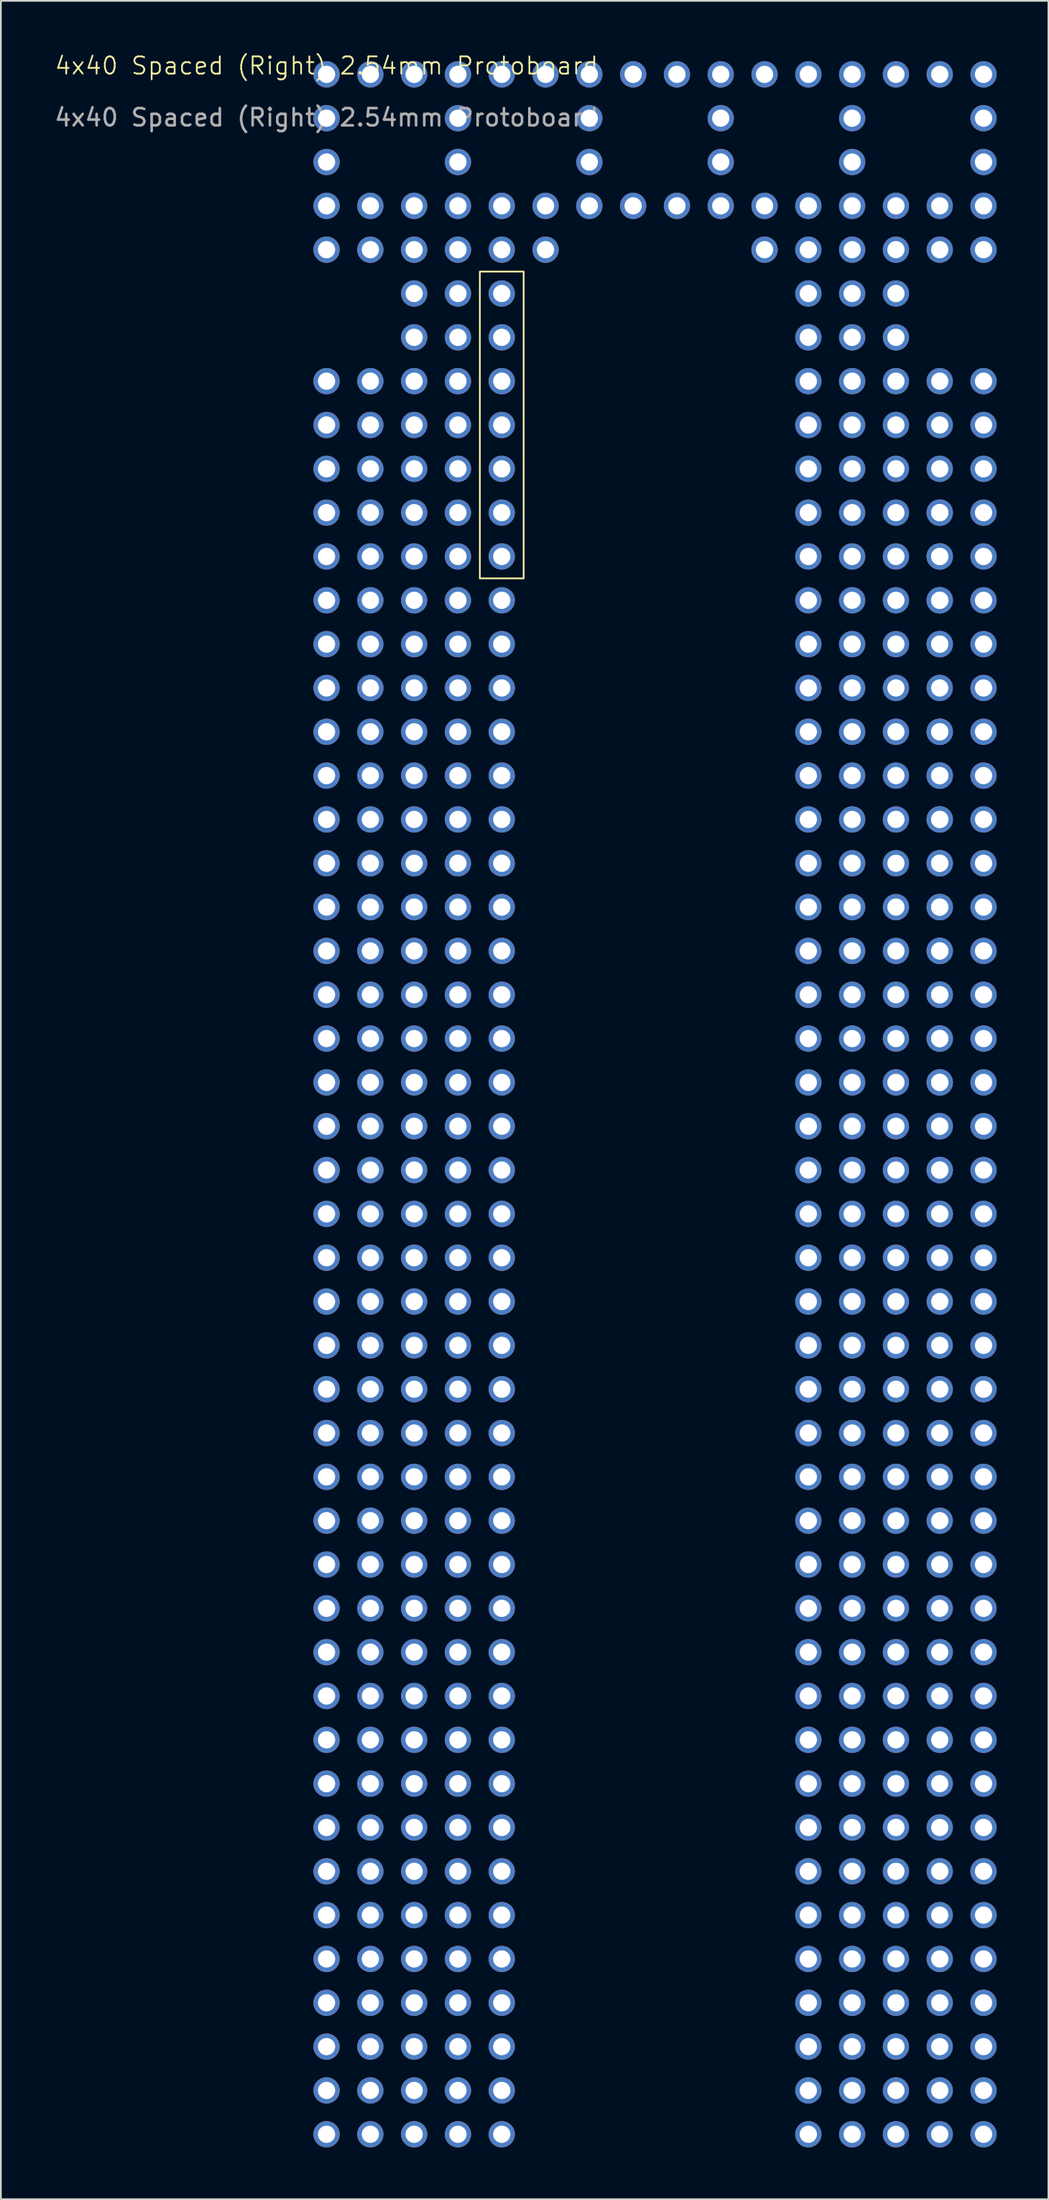
<source format=kicad_pcb>
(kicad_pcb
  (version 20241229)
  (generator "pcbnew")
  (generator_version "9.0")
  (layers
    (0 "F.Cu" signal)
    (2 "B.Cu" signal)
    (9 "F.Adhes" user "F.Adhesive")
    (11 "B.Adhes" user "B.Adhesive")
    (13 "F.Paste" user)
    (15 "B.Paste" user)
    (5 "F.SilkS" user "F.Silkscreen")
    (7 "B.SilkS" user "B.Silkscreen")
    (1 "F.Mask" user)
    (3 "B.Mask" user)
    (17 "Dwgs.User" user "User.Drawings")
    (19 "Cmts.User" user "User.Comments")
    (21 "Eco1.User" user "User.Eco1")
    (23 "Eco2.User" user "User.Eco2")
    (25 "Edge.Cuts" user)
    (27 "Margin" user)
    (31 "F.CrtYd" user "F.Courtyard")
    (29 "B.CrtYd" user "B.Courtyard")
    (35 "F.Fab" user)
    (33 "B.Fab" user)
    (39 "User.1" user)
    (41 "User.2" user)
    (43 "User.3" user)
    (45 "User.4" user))
  (footprint "4x40 Spaced (Right) 2.54mm Protoboard"
    (layer "F.Cu")
    (at 15.887 1.26)
    (property "Reference" "4x40 Spaced (Right) 2.54mm Protoboard" (at 0 -0.5 0) (unlocked yes) (layer "F.SilkS") (effects (font (size 1 1) (thickness 0.1))))
    (attr through_hole)
    (fp_rect (start 8.89 11.43) (end 11.43 29.21) (stroke (width 0.1) (type default)) (fill no) (layer "F.SilkS"))
    (fp_text user "${REFERENCE}" (at 0 2.5 0) (unlocked yes) (layer "F.Fab") (effects (font (size 1 1) (thickness 0.15))))
    (pad "1" thru_hole circle (at 0 0) (size 1.525 1.525) (drill 1) (layers "*.Cu" "*.Mask"))
    (pad "1" thru_hole circle (at 5.08 0) (size 1.525 1.525) (drill 1) (layers "*.Cu" "*.Mask"))
    (pad "1" thru_hole circle (at 5.08 10.16) (size 1.525 1.525) (drill 1) (layers "*.Cu" "*.Mask"))
    (pad "1" thru_hole circle (at 7.62 10.16) (size 1.525 1.525) (drill 1) (layers "*.Cu" "*.Mask"))
    (pad "1" thru_hole circle (at 7.62 109.22) (size 1.525 1.525) (drill 1) (layers "*.Cu" "*.Mask"))
    (pad "1" thru_hole circle (at 10.16 0) (size 1.525 1.525) (drill 1) (layers "*.Cu" "*.Mask"))
    (pad "1" thru_hole circle (at 10.16 7.62) (size 1.525 1.525) (drill 1) (layers "*.Cu" "*.Mask"))
    (pad "1" thru_hole circle (at 12.7 7.62) (size 1.525 1.525) (drill 1) (layers "*.Cu" "*.Mask"))
    (pad "1" thru_hole circle (at 17.78 7.62) (size 1.525 1.525) (drill 1) (layers "*.Cu" "*.Mask"))
    (pad "1" thru_hole circle (at 27.94 7.62) (size 1.525 1.525) (drill 1) (layers "*.Cu" "*.Mask"))
    (pad "1" thru_hole circle (at 27.94 106.68) (size 1.525 1.525) (drill 1) (layers "*.Cu" "*.Mask"))
    (pad "1" thru_hole circle (at 35.56 10.16) (size 1.525 1.525) (drill 1) (layers "*.Cu" "*.Mask"))
    (pad "1" thru_hole circle (at 38.1 0) (size 1.525 1.525) (drill 1) (layers "*.Cu" "*.Mask"))
    (pad "2" thru_hole circle (at 2.54 0) (size 1.525 1.525) (drill 1) (layers "*.Cu" "*.Mask"))
    (pad "2" thru_hole circle (at 7.62 0) (size 1.525 1.525) (drill 1) (layers "*.Cu" "*.Mask"))
    (pad "2" thru_hole circle (at 7.62 12.7) (size 1.525 1.525) (drill 1) (layers "*.Cu" "*.Mask"))
    (pad "2" thru_hole circle (at 7.62 111.76) (size 1.525 1.525) (drill 1) (layers "*.Cu" "*.Mask"))
    (pad "2" thru_hole circle (at 12.7 0) (size 1.525 1.525) (drill 1) (layers "*.Cu" "*.Mask"))
    (pad "2" thru_hole circle (at 15.24 2.54) (size 1.525 1.525) (drill 1) (layers "*.Cu" "*.Mask"))
    (pad "2" thru_hole circle (at 15.24 7.62) (size 1.525 1.525) (drill 1) (layers "*.Cu" "*.Mask"))
    (pad "2" thru_hole circle (at 20.32 7.62) (size 1.525 1.525) (drill 1) (layers "*.Cu" "*.Mask"))
    (pad "2" thru_hole circle (at 38.1 10.16) (size 1.525 1.525) (drill 1) (layers "*.Cu" "*.Mask"))
    (pad "3" thru_hole circle (at 7.62 15.24) (size 1.525 1.525) (drill 1) (layers "*.Cu" "*.Mask"))
    (pad "3" thru_hole circle (at 7.62 114.3) (size 1.525 1.525) (drill 1) (layers "*.Cu" "*.Mask"))
    (pad "3" thru_hole circle (at 15.24 0) (size 1.525 1.525) (drill 1) (layers "*.Cu" "*.Mask"))
    (pad "3" thru_hole circle (at 15.24 5.08) (size 1.525 1.525) (drill 1) (layers "*.Cu" "*.Mask"))
    (pad "3" thru_hole circle (at 22.86 7.62) (size 1.525 1.525) (drill 1) (layers "*.Cu" "*.Mask"))
    (pad "4" thru_hole circle (at 0 2.54) (size 1.525 1.525) (drill 1) (layers "*.Cu" "*.Mask"))
    (pad "4" thru_hole circle (at 7.62 2.54) (size 1.525 1.525) (drill 1) (layers "*.Cu" "*.Mask"))
    (pad "4" thru_hole circle (at 7.62 17.78) (size 1.525 1.525) (drill 1) (layers "*.Cu" "*.Mask"))
    (pad "4" thru_hole circle (at 7.62 116.84) (size 1.525 1.525) (drill 1) (layers "*.Cu" "*.Mask"))
    (pad "4" thru_hole circle (at 17.78 0) (size 1.525 1.525) (drill 1) (layers "*.Cu" "*.Mask"))
    (pad "4" thru_hole circle (at 25.4 7.62) (size 1.525 1.525) (drill 1) (layers "*.Cu" "*.Mask"))
    (pad "5" thru_hole circle (at 7.62 20.32) (size 1.525 1.525) (drill 1) (layers "*.Cu" "*.Mask"))
    (pad "5" thru_hole circle (at 7.62 119.38) (size 1.525 1.525) (drill 1) (layers "*.Cu" "*.Mask"))
    (pad "5" thru_hole circle (at 20.32 0) (size 1.525 1.525) (drill 1) (layers "*.Cu" "*.Mask"))
    (pad "5" thru_hole circle (at 27.94 10.16) (size 1.525 1.525) (drill 1) (layers "*.Cu" "*.Mask"))
    (pad "6" thru_hole circle (at 7.62 5.08) (size 1.525 1.525) (drill 1) (layers "*.Cu" "*.Mask"))
    (pad "6" thru_hole circle (at 7.62 22.86) (size 1.525 1.525) (drill 1) (layers "*.Cu" "*.Mask"))
    (pad "6" thru_hole circle (at 10.16 12.7) (size 1.525 1.525) (drill 1) (layers "*.Cu" "*.Mask"))
    (pad "6" thru_hole circle (at 22.86 0) (size 1.525 1.525) (drill 1) (layers "*.Cu" "*.Mask"))
    (pad "6" thru_hole circle (at 27.94 109.22) (size 1.525 1.525) (drill 1) (layers "*.Cu" "*.Mask"))
    (pad "6" thru_hole circle (at 30.48 7.62) (size 1.525 1.525) (drill 1) (layers "*.Cu" "*.Mask"))
    (pad "6" thru_hole circle (at 30.48 10.16) (size 1.525 1.525) (drill 1) (layers "*.Cu" "*.Mask"))
    (pad "7" thru_hole circle (at 0 5.08) (size 1.525 1.525) (drill 1) (layers "*.Cu" "*.Mask"))
    (pad "7" thru_hole circle (at 5.08 7.62) (size 1.525 1.525) (drill 1) (layers "*.Cu" "*.Mask"))
    (pad "7" thru_hole circle (at 7.62 25.4) (size 1.525 1.525) (drill 1) (layers "*.Cu" "*.Mask"))
    (pad "7" thru_hole circle (at 10.16 15.24) (size 1.525 1.525) (drill 1) (layers "*.Cu" "*.Mask"))
    (pad "7" thru_hole circle (at 25.4 0) (size 1.525 1.525) (drill 1) (layers "*.Cu" "*.Mask"))
    (pad "7" thru_hole circle (at 30.48 109.22) (size 1.525 1.525) (drill 1) (layers "*.Cu" "*.Mask"))
    (pad "7" thru_hole circle (at 33.02 7.62) (size 1.525 1.525) (drill 1) (layers "*.Cu" "*.Mask"))
    (pad "7" thru_hole circle (at 33.02 10.16) (size 1.525 1.525) (drill 1) (layers "*.Cu" "*.Mask"))
    (pad "8" thru_hole circle (at 7.62 7.62) (size 1.525 1.525) (drill 1) (layers "*.Cu" "*.Mask"))
    (pad "8" thru_hole circle (at 7.62 27.94) (size 1.525 1.525) (drill 1) (layers "*.Cu" "*.Mask"))
    (pad "8" thru_hole circle (at 10.16 17.78) (size 1.525 1.525) (drill 1) (layers "*.Cu" "*.Mask"))
    (pad "8" thru_hole circle (at 27.94 0) (size 1.525 1.525) (drill 1) (layers "*.Cu" "*.Mask"))
    (pad "8" thru_hole circle (at 33.02 109.22) (size 1.525 1.525) (drill 1) (layers "*.Cu" "*.Mask"))
    (pad "8" thru_hole circle (at 35.56 7.62) (size 1.525 1.525) (drill 1) (layers "*.Cu" "*.Mask"))
    (pad "8" thru_hole circle (at 38.1 17.78) (size 1.525 1.525) (drill 1) (layers "*.Cu" "*.Mask"))
    (pad "9" thru_hole circle (at 7.62 30.48) (size 1.525 1.525) (drill 1) (layers "*.Cu" "*.Mask"))
    (pad "9" thru_hole circle (at 10.16 20.32) (size 1.525 1.525) (drill 1) (layers "*.Cu" "*.Mask"))
    (pad "9" thru_hole circle (at 27.94 12.7) (size 1.525 1.525) (drill 1) (layers "*.Cu" "*.Mask"))
    (pad "9" thru_hole circle (at 30.48 0) (size 1.525 1.525) (drill 1) (layers "*.Cu" "*.Mask"))
    (pad "9" thru_hole circle (at 35.56 109.22) (size 1.525 1.525) (drill 1) (layers "*.Cu" "*.Mask"))
    (pad "9" thru_hole circle (at 38.1 7.62) (size 1.525 1.525) (drill 1) (layers "*.Cu" "*.Mask"))
    (pad "10" thru_hole circle (at 0 7.62) (size 1.525 1.525) (drill 1) (layers "*.Cu" "*.Mask"))
    (pad "10" thru_hole circle (at 7.62 33.02) (size 1.525 1.525) (drill 1) (layers "*.Cu" "*.Mask"))
    (pad "10" thru_hole circle (at 10.16 22.86) (size 1.525 1.525) (drill 1) (layers "*.Cu" "*.Mask"))
    (pad "10" thru_hole circle (at 30.48 12.7) (size 1.525 1.525) (drill 1) (layers "*.Cu" "*.Mask"))
    (pad "10" thru_hole circle (at 33.02 0) (size 1.525 1.525) (drill 1) (layers "*.Cu" "*.Mask"))
    (pad "10" thru_hole circle (at 38.1 20.32) (size 1.525 1.525) (drill 1) (layers "*.Cu" "*.Mask"))
    (pad "10" thru_hole circle (at 38.1 109.22) (size 1.525 1.525) (drill 1) (layers "*.Cu" "*.Mask"))
    (pad "11" thru_hole circle (at 2.54 7.62) (size 1.525 1.525) (drill 1) (layers "*.Cu" "*.Mask"))
    (pad "11" thru_hole circle (at 7.62 35.56) (size 1.525 1.525) (drill 1) (layers "*.Cu" "*.Mask"))
    (pad "11" thru_hole circle (at 10.16 25.4) (size 1.525 1.525) (drill 1) (layers "*.Cu" "*.Mask"))
    (pad "11" thru_hole circle (at 27.94 111.76) (size 1.525 1.525) (drill 1) (layers "*.Cu" "*.Mask"))
    (pad "11" thru_hole circle (at 33.02 12.7) (size 1.525 1.525) (drill 1) (layers "*.Cu" "*.Mask"))
    (pad "11" thru_hole circle (at 35.56 0) (size 1.525 1.525) (drill 1) (layers "*.Cu" "*.Mask"))
    (pad "12" thru_hole circle (at 7.62 38.1) (size 1.525 1.525) (drill 1) (layers "*.Cu" "*.Mask"))
    (pad "12" thru_hole circle (at 10.16 27.94) (size 1.525 1.525) (drill 1) (layers "*.Cu" "*.Mask"))
    (pad "12" thru_hole circle (at 30.48 111.76) (size 1.525 1.525) (drill 1) (layers "*.Cu" "*.Mask"))
    (pad "12" thru_hole circle (at 38.1 22.86) (size 1.525 1.525) (drill 1) (layers "*.Cu" "*.Mask"))
    (pad "13" thru_hole circle (at 0 10.16) (size 1.525 1.525) (drill 1) (layers "*.Cu" "*.Mask"))
    (pad "13" thru_hole circle (at 7.62 40.64) (size 1.525 1.525) (drill 1) (layers "*.Cu" "*.Mask"))
    (pad "13" thru_hole circle (at 10.16 30.48) (size 1.525 1.525) (drill 1) (layers "*.Cu" "*.Mask"))
    (pad "13" thru_hole circle (at 27.94 15.24) (size 1.525 1.525) (drill 1) (layers "*.Cu" "*.Mask"))
    (pad "13" thru_hole circle (at 33.02 111.76) (size 1.525 1.525) (drill 1) (layers "*.Cu" "*.Mask"))
    (pad "13" thru_hole circle (at 35.56 25.4) (size 1.525 1.525) (drill 1) (layers "*.Cu" "*.Mask"))
    (pad "14" thru_hole circle (at 2.54 10.16) (size 1.525 1.525) (drill 1) (layers "*.Cu" "*.Mask"))
    (pad "14" thru_hole circle (at 7.62 43.18) (size 1.525 1.525) (drill 1) (layers "*.Cu" "*.Mask"))
    (pad "14" thru_hole circle (at 10.16 33.02) (size 1.525 1.525) (drill 1) (layers "*.Cu" "*.Mask"))
    (pad "14" thru_hole circle (at 30.48 15.24) (size 1.525 1.525) (drill 1) (layers "*.Cu" "*.Mask"))
    (pad "14" thru_hole circle (at 35.56 111.76) (size 1.525 1.525) (drill 1) (layers "*.Cu" "*.Mask"))
    (pad "14" thru_hole circle (at 38.1 25.4) (size 1.525 1.525) (drill 1) (layers "*.Cu" "*.Mask"))
    (pad "15" thru_hole circle (at 7.62 45.72) (size 1.525 1.525) (drill 1) (layers "*.Cu" "*.Mask"))
    (pad "15" thru_hole circle (at 10.16 35.56) (size 1.525 1.525) (drill 1) (layers "*.Cu" "*.Mask"))
    (pad "15" thru_hole circle (at 33.02 15.24) (size 1.525 1.525) (drill 1) (layers "*.Cu" "*.Mask"))
    (pad "15" thru_hole circle (at 35.56 27.94) (size 1.525 1.525) (drill 1) (layers "*.Cu" "*.Mask"))
    (pad "15" thru_hole circle (at 38.1 111.76) (size 1.525 1.525) (drill 1) (layers "*.Cu" "*.Mask"))
    (pad "16" thru_hole circle (at 7.62 48.26) (size 1.525 1.525) (drill 1) (layers "*.Cu" "*.Mask"))
    (pad "16" thru_hole circle (at 10.16 38.1) (size 1.525 1.525) (drill 1) (layers "*.Cu" "*.Mask"))
    (pad "16" thru_hole circle (at 22.86 2.54) (size 1.525 1.525) (drill 1) (layers "*.Cu" "*.Mask"))
    (pad "16" thru_hole circle (at 27.94 114.3) (size 1.525 1.525) (drill 1) (layers "*.Cu" "*.Mask"))
    (pad "16" thru_hole circle (at 38.1 27.94) (size 1.525 1.525) (drill 1) (layers "*.Cu" "*.Mask"))
    (pad "17" thru_hole circle (at 7.62 50.8) (size 1.525 1.525) (drill 1) (layers "*.Cu" "*.Mask"))
    (pad "17" thru_hole circle (at 10.16 40.64) (size 1.525 1.525) (drill 1) (layers "*.Cu" "*.Mask"))
    (pad "17" thru_hole circle (at 27.94 17.78) (size 1.525 1.525) (drill 1) (layers "*.Cu" "*.Mask"))
    (pad "17" thru_hole circle (at 30.48 114.3) (size 1.525 1.525) (drill 1) (layers "*.Cu" "*.Mask"))
    (pad "17" thru_hole circle (at 35.56 30.48) (size 1.525 1.525) (drill 1) (layers "*.Cu" "*.Mask"))
    (pad "18" thru_hole circle (at 5.08 12.7) (size 1.525 1.525) (drill 1) (layers "*.Cu" "*.Mask"))
    (pad "18" thru_hole circle (at 7.62 53.34) (size 1.525 1.525) (drill 1) (layers "*.Cu" "*.Mask"))
    (pad "18" thru_hole circle (at 10.16 43.18) (size 1.525 1.525) (drill 1) (layers "*.Cu" "*.Mask"))
    (pad "18" thru_hole circle (at 30.48 17.78) (size 1.525 1.525) (drill 1) (layers "*.Cu" "*.Mask"))
    (pad "18" thru_hole circle (at 33.02 114.3) (size 1.525 1.525) (drill 1) (layers "*.Cu" "*.Mask"))
    (pad "18" thru_hole circle (at 38.1 30.48) (size 1.525 1.525) (drill 1) (layers "*.Cu" "*.Mask"))
    (pad "19" thru_hole circle (at 7.62 55.88) (size 1.525 1.525) (drill 1) (layers "*.Cu" "*.Mask"))
    (pad "19" thru_hole circle (at 10.16 45.72) (size 1.525 1.525) (drill 1) (layers "*.Cu" "*.Mask"))
    (pad "19" thru_hole circle (at 30.48 2.54) (size 1.525 1.525) (drill 1) (layers "*.Cu" "*.Mask"))
    (pad "19" thru_hole circle (at 33.02 17.78) (size 1.525 1.525) (drill 1) (layers "*.Cu" "*.Mask"))
    (pad "19" thru_hole circle (at 35.56 33.02) (size 1.525 1.525) (drill 1) (layers "*.Cu" "*.Mask"))
    (pad "19" thru_hole circle (at 35.56 114.3) (size 1.525 1.525) (drill 1) (layers "*.Cu" "*.Mask"))
    (pad "20" thru_hole circle (at 7.62 58.42) (size 1.525 1.525) (drill 1) (layers "*.Cu" "*.Mask"))
    (pad "20" thru_hole circle (at 10.16 48.26) (size 1.525 1.525) (drill 1) (layers "*.Cu" "*.Mask"))
    (pad "20" thru_hole circle (at 35.56 17.78) (size 1.525 1.525) (drill 1) (layers "*.Cu" "*.Mask"))
    (pad "20" thru_hole circle (at 38.1 33.02) (size 1.525 1.525) (drill 1) (layers "*.Cu" "*.Mask"))
    (pad "20" thru_hole circle (at 38.1 114.3) (size 1.525 1.525) (drill 1) (layers "*.Cu" "*.Mask"))
    (pad "21" thru_hole circle (at 5.08 15.24) (size 1.525 1.525) (drill 1) (layers "*.Cu" "*.Mask"))
    (pad "21" thru_hole circle (at 7.62 60.96) (size 1.525 1.525) (drill 1) (layers "*.Cu" "*.Mask"))
    (pad "21" thru_hole circle (at 10.16 50.8) (size 1.525 1.525) (drill 1) (layers "*.Cu" "*.Mask"))
    (pad "21" thru_hole circle (at 27.94 20.32) (size 1.525 1.525) (drill 1) (layers "*.Cu" "*.Mask"))
    (pad "21" thru_hole circle (at 27.94 116.84) (size 1.525 1.525) (drill 1) (layers "*.Cu" "*.Mask"))
    (pad "22" thru_hole circle (at 0 17.78) (size 1.525 1.525) (drill 1) (layers "*.Cu" "*.Mask"))
    (pad "22" thru_hole circle (at 7.62 63.5) (size 1.525 1.525) (drill 1) (layers "*.Cu" "*.Mask"))
    (pad "22" thru_hole circle (at 10.16 53.34) (size 1.525 1.525) (drill 1) (layers "*.Cu" "*.Mask"))
    (pad "22" thru_hole circle (at 30.48 20.32) (size 1.525 1.525) (drill 1) (layers "*.Cu" "*.Mask"))
    (pad "22" thru_hole circle (at 30.48 116.84) (size 1.525 1.525) (drill 1) (layers "*.Cu" "*.Mask"))
    (pad "22" thru_hole circle (at 38.1 2.54) (size 1.525 1.525) (drill 1) (layers "*.Cu" "*.Mask"))
    (pad "22" thru_hole circle (at 38.1 35.56) (size 1.525 1.525) (drill 1) (layers "*.Cu" "*.Mask"))
    (pad "23" thru_hole circle (at 2.54 17.78) (size 1.525 1.525) (drill 1) (layers "*.Cu" "*.Mask"))
    (pad "23" thru_hole circle (at 7.62 66.04) (size 1.525 1.525) (drill 1) (layers "*.Cu" "*.Mask"))
    (pad "23" thru_hole circle (at 10.16 55.88) (size 1.525 1.525) (drill 1) (layers "*.Cu" "*.Mask"))
    (pad "23" thru_hole circle (at 33.02 20.32) (size 1.525 1.525) (drill 1) (layers "*.Cu" "*.Mask"))
    (pad "23" thru_hole circle (at 33.02 116.84) (size 1.525 1.525) (drill 1) (layers "*.Cu" "*.Mask"))
    (pad "23" thru_hole circle (at 35.56 38.1) (size 1.525 1.525) (drill 1) (layers "*.Cu" "*.Mask"))
    (pad "24" thru_hole circle (at 5.08 17.78) (size 1.525 1.525) (drill 1) (layers "*.Cu" "*.Mask"))
    (pad "24" thru_hole circle (at 7.62 68.58) (size 1.525 1.525) (drill 1) (layers "*.Cu" "*.Mask"))
    (pad "24" thru_hole circle (at 10.16 58.42) (size 1.525 1.525) (drill 1) (layers "*.Cu" "*.Mask"))
    (pad "24" thru_hole circle (at 35.56 20.32) (size 1.525 1.525) (drill 1) (layers "*.Cu" "*.Mask"))
    (pad "24" thru_hole circle (at 35.56 116.84) (size 1.525 1.525) (drill 1) (layers "*.Cu" "*.Mask"))
    (pad "24" thru_hole circle (at 38.1 38.1) (size 1.525 1.525) (drill 1) (layers "*.Cu" "*.Mask"))
    (pad "25" thru_hole circle (at 0 20.32) (size 1.525 1.525) (drill 1) (layers "*.Cu" "*.Mask"))
    (pad "25" thru_hole circle (at 7.62 71.12) (size 1.525 1.525) (drill 1) (layers "*.Cu" "*.Mask"))
    (pad "25" thru_hole circle (at 10.16 60.96) (size 1.525 1.525) (drill 1) (layers "*.Cu" "*.Mask"))
    (pad "25" thru_hole circle (at 27.94 22.86) (size 1.525 1.525) (drill 1) (layers "*.Cu" "*.Mask"))
    (pad "25" thru_hole circle (at 35.56 40.64) (size 1.525 1.525) (drill 1) (layers "*.Cu" "*.Mask"))
    (pad "25" thru_hole circle (at 38.1 116.84) (size 1.525 1.525) (drill 1) (layers "*.Cu" "*.Mask"))
    (pad "26" thru_hole circle (at 2.54 20.32) (size 1.525 1.525) (drill 1) (layers "*.Cu" "*.Mask"))
    (pad "26" thru_hole circle (at 7.62 73.66) (size 1.525 1.525) (drill 1) (layers "*.Cu" "*.Mask"))
    (pad "26" thru_hole circle (at 10.16 63.5) (size 1.525 1.525) (drill 1) (layers "*.Cu" "*.Mask"))
    (pad "26" thru_hole circle (at 27.94 119.38) (size 1.525 1.525) (drill 1) (layers "*.Cu" "*.Mask"))
    (pad "26" thru_hole circle (at 30.48 22.86) (size 1.525 1.525) (drill 1) (layers "*.Cu" "*.Mask"))
    (pad "26" thru_hole circle (at 38.1 40.64) (size 1.525 1.525) (drill 1) (layers "*.Cu" "*.Mask"))
    (pad "27" thru_hole circle (at 5.08 20.32) (size 1.525 1.525) (drill 1) (layers "*.Cu" "*.Mask"))
    (pad "27" thru_hole circle (at 7.62 76.2) (size 1.525 1.525) (drill 1) (layers "*.Cu" "*.Mask"))
    (pad "27" thru_hole circle (at 10.16 66.04) (size 1.525 1.525) (drill 1) (layers "*.Cu" "*.Mask"))
    (pad "27" thru_hole circle (at 30.48 119.38) (size 1.525 1.525) (drill 1) (layers "*.Cu" "*.Mask"))
    (pad "27" thru_hole circle (at 33.02 22.86) (size 1.525 1.525) (drill 1) (layers "*.Cu" "*.Mask"))
    (pad "27" thru_hole circle (at 35.56 43.18) (size 1.525 1.525) (drill 1) (layers "*.Cu" "*.Mask"))
    (pad "28" thru_hole circle (at 0 22.86) (size 1.525 1.525) (drill 1) (layers "*.Cu" "*.Mask"))
    (pad "28" thru_hole circle (at 7.62 78.74) (size 1.525 1.525) (drill 1) (layers "*.Cu" "*.Mask"))
    (pad "28" thru_hole circle (at 10.16 68.58) (size 1.525 1.525) (drill 1) (layers "*.Cu" "*.Mask"))
    (pad "28" thru_hole circle (at 22.86 5.08) (size 1.525 1.525) (drill 1) (layers "*.Cu" "*.Mask"))
    (pad "28" thru_hole circle (at 33.02 119.38) (size 1.525 1.525) (drill 1) (layers "*.Cu" "*.Mask"))
    (pad "28" thru_hole circle (at 35.56 22.86) (size 1.525 1.525) (drill 1) (layers "*.Cu" "*.Mask"))
    (pad "28" thru_hole circle (at 38.1 43.18) (size 1.525 1.525) (drill 1) (layers "*.Cu" "*.Mask"))
    (pad "29" thru_hole circle (at 2.54 22.86) (size 1.525 1.525) (drill 1) (layers "*.Cu" "*.Mask"))
    (pad "29" thru_hole circle (at 7.62 81.28) (size 1.525 1.525) (drill 1) (layers "*.Cu" "*.Mask"))
    (pad "29" thru_hole circle (at 10.16 71.12) (size 1.525 1.525) (drill 1) (layers "*.Cu" "*.Mask"))
    (pad "29" thru_hole circle (at 27.94 25.4) (size 1.525 1.525) (drill 1) (layers "*.Cu" "*.Mask"))
    (pad "29" thru_hole circle (at 35.56 45.72) (size 1.525 1.525) (drill 1) (layers "*.Cu" "*.Mask"))
    (pad "29" thru_hole circle (at 35.56 119.38) (size 1.525 1.525) (drill 1) (layers "*.Cu" "*.Mask"))
    (pad "30" thru_hole circle (at 5.08 22.86) (size 1.525 1.525) (drill 1) (layers "*.Cu" "*.Mask"))
    (pad "30" thru_hole circle (at 7.62 83.82) (size 1.525 1.525) (drill 1) (layers "*.Cu" "*.Mask"))
    (pad "30" thru_hole circle (at 10.16 73.66) (size 1.525 1.525) (drill 1) (layers "*.Cu" "*.Mask"))
    (pad "30" thru_hole circle (at 30.48 25.4) (size 1.525 1.525) (drill 1) (layers "*.Cu" "*.Mask"))
    (pad "30" thru_hole circle (at 38.1 45.72) (size 1.525 1.525) (drill 1) (layers "*.Cu" "*.Mask"))
    (pad "30" thru_hole circle (at 38.1 119.38) (size 1.525 1.525) (drill 1) (layers "*.Cu" "*.Mask"))
    (pad "31" thru_hole circle (at 0 25.4) (size 1.525 1.525) (drill 1) (layers "*.Cu" "*.Mask"))
    (pad "31" thru_hole circle (at 7.62 86.36) (size 1.525 1.525) (drill 1) (layers "*.Cu" "*.Mask"))
    (pad "31" thru_hole circle (at 10.16 76.2) (size 1.525 1.525) (drill 1) (layers "*.Cu" "*.Mask"))
    (pad "31" thru_hole circle (at 30.48 5.08) (size 1.525 1.525) (drill 1) (layers "*.Cu" "*.Mask"))
    (pad "31" thru_hole circle (at 33.02 25.4) (size 1.525 1.525) (drill 1) (layers "*.Cu" "*.Mask"))
    (pad "31" thru_hole circle (at 35.56 48.26) (size 1.525 1.525) (drill 1) (layers "*.Cu" "*.Mask"))
    (pad "32" thru_hole circle (at 2.54 25.4) (size 1.525 1.525) (drill 1) (layers "*.Cu" "*.Mask"))
    (pad "32" thru_hole circle (at 7.62 88.9) (size 1.525 1.525) (drill 1) (layers "*.Cu" "*.Mask"))
    (pad "32" thru_hole circle (at 10.16 78.74) (size 1.525 1.525) (drill 1) (layers "*.Cu" "*.Mask"))
    (pad "32" thru_hole circle (at 35.56 25.4) (size 1.525 1.525) (drill 1) (layers "*.Cu" "*.Mask"))
    (pad "32" thru_hole circle (at 38.1 48.26) (size 1.525 1.525) (drill 1) (layers "*.Cu" "*.Mask"))
    (pad "33" thru_hole circle (at 5.08 25.4) (size 1.525 1.525) (drill 1) (layers "*.Cu" "*.Mask"))
    (pad "33" thru_hole circle (at 7.62 91.44) (size 1.525 1.525) (drill 1) (layers "*.Cu" "*.Mask"))
    (pad "33" thru_hole circle (at 10.16 81.28) (size 1.525 1.525) (drill 1) (layers "*.Cu" "*.Mask"))
    (pad "33" thru_hole circle (at 27.94 27.94) (size 1.525 1.525) (drill 1) (layers "*.Cu" "*.Mask"))
    (pad "33" thru_hole circle (at 35.56 50.8) (size 1.525 1.525) (drill 1) (layers "*.Cu" "*.Mask"))
    (pad "34" thru_hole circle (at 0 27.94) (size 1.525 1.525) (drill 1) (layers "*.Cu" "*.Mask"))
    (pad "34" thru_hole circle (at 7.62 93.98) (size 1.525 1.525) (drill 1) (layers "*.Cu" "*.Mask"))
    (pad "34" thru_hole circle (at 10.16 83.82) (size 1.525 1.525) (drill 1) (layers "*.Cu" "*.Mask"))
    (pad "34" thru_hole circle (at 30.48 27.94) (size 1.525 1.525) (drill 1) (layers "*.Cu" "*.Mask"))
    (pad "34" thru_hole circle (at 38.1 5.08) (size 1.525 1.525) (drill 1) (layers "*.Cu" "*.Mask"))
    (pad "34" thru_hole circle (at 38.1 50.8) (size 1.525 1.525) (drill 1) (layers "*.Cu" "*.Mask"))
    (pad "35" thru_hole circle (at 2.54 27.94) (size 1.525 1.525) (drill 1) (layers "*.Cu" "*.Mask"))
    (pad "35" thru_hole circle (at 7.62 96.52) (size 1.525 1.525) (drill 1) (layers "*.Cu" "*.Mask"))
    (pad "35" thru_hole circle (at 10.16 86.36) (size 1.525 1.525) (drill 1) (layers "*.Cu" "*.Mask"))
    (pad "35" thru_hole circle (at 33.02 27.94) (size 1.525 1.525) (drill 1) (layers "*.Cu" "*.Mask"))
    (pad "35" thru_hole circle (at 35.56 53.34) (size 1.525 1.525) (drill 1) (layers "*.Cu" "*.Mask"))
    (pad "36" thru_hole circle (at 5.08 27.94) (size 1.525 1.525) (drill 1) (layers "*.Cu" "*.Mask"))
    (pad "36" thru_hole circle (at 7.62 99.06) (size 1.525 1.525) (drill 1) (layers "*.Cu" "*.Mask"))
    (pad "36" thru_hole circle (at 10.16 88.9) (size 1.525 1.525) (drill 1) (layers "*.Cu" "*.Mask"))
    (pad "36" thru_hole circle (at 35.56 27.94) (size 1.525 1.525) (drill 1) (layers "*.Cu" "*.Mask"))
    (pad "36" thru_hole circle (at 38.1 53.34) (size 1.525 1.525) (drill 1) (layers "*.Cu" "*.Mask"))
    (pad "37" thru_hole circle (at 0 30.48) (size 1.525 1.525) (drill 1) (layers "*.Cu" "*.Mask"))
    (pad "37" thru_hole circle (at 7.62 101.6) (size 1.525 1.525) (drill 1) (layers "*.Cu" "*.Mask"))
    (pad "37" thru_hole circle (at 10.16 91.44) (size 1.525 1.525) (drill 1) (layers "*.Cu" "*.Mask"))
    (pad "37" thru_hole circle (at 27.94 30.48) (size 1.525 1.525) (drill 1) (layers "*.Cu" "*.Mask"))
    (pad "37" thru_hole circle (at 35.56 55.88) (size 1.525 1.525) (drill 1) (layers "*.Cu" "*.Mask"))
    (pad "38" thru_hole circle (at 2.54 30.48) (size 1.525 1.525) (drill 1) (layers "*.Cu" "*.Mask"))
    (pad "38" thru_hole circle (at 7.62 104.14) (size 1.525 1.525) (drill 1) (layers "*.Cu" "*.Mask"))
    (pad "38" thru_hole circle (at 10.16 93.98) (size 1.525 1.525) (drill 1) (layers "*.Cu" "*.Mask"))
    (pad "38" thru_hole circle (at 30.48 30.48) (size 1.525 1.525) (drill 1) (layers "*.Cu" "*.Mask"))
    (pad "38" thru_hole circle (at 38.1 55.88) (size 1.525 1.525) (drill 1) (layers "*.Cu" "*.Mask"))
    (pad "39" thru_hole circle (at 5.08 30.48) (size 1.525 1.525) (drill 1) (layers "*.Cu" "*.Mask"))
    (pad "39" thru_hole circle (at 7.62 106.68) (size 1.525 1.525) (drill 1) (layers "*.Cu" "*.Mask"))
    (pad "39" thru_hole circle (at 10.16 96.52) (size 1.525 1.525) (drill 1) (layers "*.Cu" "*.Mask"))
    (pad "39" thru_hole circle (at 33.02 30.48) (size 1.525 1.525) (drill 1) (layers "*.Cu" "*.Mask"))
    (pad "39" thru_hole circle (at 35.56 58.42) (size 1.525 1.525) (drill 1) (layers "*.Cu" "*.Mask"))
    (pad "40" thru_hole circle (at 0 33.02) (size 1.525 1.525) (drill 1) (layers "*.Cu" "*.Mask"))
    (pad "40" thru_hole circle (at 10.16 99.06) (size 1.525 1.525) (drill 1) (layers "*.Cu" "*.Mask"))
    (pad "40" thru_hole circle (at 35.56 30.48) (size 1.525 1.525) (drill 1) (layers "*.Cu" "*.Mask"))
    (pad "40" thru_hole circle (at 38.1 58.42) (size 1.525 1.525) (drill 1) (layers "*.Cu" "*.Mask"))
    (pad "41" thru_hole circle (at 2.54 33.02) (size 1.525 1.525) (drill 1) (layers "*.Cu" "*.Mask"))
    (pad "41" thru_hole circle (at 10.16 101.6) (size 1.525 1.525) (drill 1) (layers "*.Cu" "*.Mask"))
    (pad "41" thru_hole circle (at 27.94 33.02) (size 1.525 1.525) (drill 1) (layers "*.Cu" "*.Mask"))
    (pad "41" thru_hole circle (at 35.56 60.96) (size 1.525 1.525) (drill 1) (layers "*.Cu" "*.Mask"))
    (pad "42" thru_hole circle (at 5.08 33.02) (size 1.525 1.525) (drill 1) (layers "*.Cu" "*.Mask"))
    (pad "42" thru_hole circle (at 10.16 104.14) (size 1.525 1.525) (drill 1) (layers "*.Cu" "*.Mask"))
    (pad "42" thru_hole circle (at 30.48 33.02) (size 1.525 1.525) (drill 1) (layers "*.Cu" "*.Mask"))
    (pad "42" thru_hole circle (at 38.1 60.96) (size 1.525 1.525) (drill 1) (layers "*.Cu" "*.Mask"))
    (pad "43" thru_hole circle (at 0 35.56) (size 1.525 1.525) (drill 1) (layers "*.Cu" "*.Mask"))
    (pad "43" thru_hole circle (at 10.16 106.68) (size 1.525 1.525) (drill 1) (layers "*.Cu" "*.Mask"))
    (pad "43" thru_hole circle (at 33.02 33.02) (size 1.525 1.525) (drill 1) (layers "*.Cu" "*.Mask"))
    (pad "43" thru_hole circle (at 35.56 63.5) (size 1.525 1.525) (drill 1) (layers "*.Cu" "*.Mask"))
    (pad "44" thru_hole circle (at 2.54 35.56) (size 1.525 1.525) (drill 1) (layers "*.Cu" "*.Mask"))
    (pad "44" thru_hole circle (at 10.16 109.22) (size 1.525 1.525) (drill 1) (layers "*.Cu" "*.Mask"))
    (pad "44" thru_hole circle (at 35.56 33.02) (size 1.525 1.525) (drill 1) (layers "*.Cu" "*.Mask"))
    (pad "44" thru_hole circle (at 38.1 63.5) (size 1.525 1.525) (drill 1) (layers "*.Cu" "*.Mask"))
    (pad "45" thru_hole circle (at 5.08 35.56) (size 1.525 1.525) (drill 1) (layers "*.Cu" "*.Mask"))
    (pad "45" thru_hole circle (at 10.16 111.76) (size 1.525 1.525) (drill 1) (layers "*.Cu" "*.Mask"))
    (pad "45" thru_hole circle (at 27.94 35.56) (size 1.525 1.525) (drill 1) (layers "*.Cu" "*.Mask"))
    (pad "45" thru_hole circle (at 35.56 66.04) (size 1.525 1.525) (drill 1) (layers "*.Cu" "*.Mask"))
    (pad "46" thru_hole circle (at 0 38.1) (size 1.525 1.525) (drill 1) (layers "*.Cu" "*.Mask"))
    (pad "46" thru_hole circle (at 10.16 114.3) (size 1.525 1.525) (drill 1) (layers "*.Cu" "*.Mask"))
    (pad "46" thru_hole circle (at 30.48 35.56) (size 1.525 1.525) (drill 1) (layers "*.Cu" "*.Mask"))
    (pad "46" thru_hole circle (at 38.1 66.04) (size 1.525 1.525) (drill 1) (layers "*.Cu" "*.Mask"))
    (pad "47" thru_hole circle (at 2.54 38.1) (size 1.525 1.525) (drill 1) (layers "*.Cu" "*.Mask"))
    (pad "47" thru_hole circle (at 10.16 116.84) (size 1.525 1.525) (drill 1) (layers "*.Cu" "*.Mask"))
    (pad "47" thru_hole circle (at 33.02 35.56) (size 1.525 1.525) (drill 1) (layers "*.Cu" "*.Mask"))
    (pad "48" thru_hole circle (at 5.08 38.1) (size 1.525 1.525) (drill 1) (layers "*.Cu" "*.Mask"))
    (pad "48" thru_hole circle (at 10.16 119.38) (size 1.525 1.525) (drill 1) (layers "*.Cu" "*.Mask"))
    (pad "48" thru_hole circle (at 35.56 35.56) (size 1.525 1.525) (drill 1) (layers "*.Cu" "*.Mask"))
    (pad "48" thru_hole circle (at 38.1 68.58) (size 1.525 1.525) (drill 1) (layers "*.Cu" "*.Mask"))
    (pad "49" thru_hole circle (at 0 40.64) (size 1.525 1.525) (drill 1) (layers "*.Cu" "*.Mask"))
    (pad "49" thru_hole circle (at 10.16 10.16) (size 1.525 1.525) (drill 1) (layers "*.Cu" "*.Mask"))
    (pad "49" thru_hole circle (at 12.7 10.16) (size 1.525 1.525) (drill 1) (layers "*.Cu" "*.Mask"))
    (pad "49" thru_hole circle (at 25.4 10.16) (size 1.525 1.525) (drill 1) (layers "*.Cu" "*.Mask"))
    (pad "49" thru_hole circle (at 27.94 38.1) (size 1.525 1.525) (drill 1) (layers "*.Cu" "*.Mask"))
    (pad "50" thru_hole circle (at 2.54 40.64) (size 1.525 1.525) (drill 1) (layers "*.Cu" "*.Mask"))
    (pad "50" thru_hole circle (at 30.48 38.1) (size 1.525 1.525) (drill 1) (layers "*.Cu" "*.Mask"))
    (pad "50" thru_hole circle (at 38.1 71.12) (size 1.525 1.525) (drill 1) (layers "*.Cu" "*.Mask"))
    (pad "51" thru_hole circle (at 5.08 40.64) (size 1.525 1.525) (drill 1) (layers "*.Cu" "*.Mask"))
    (pad "51" thru_hole circle (at 33.02 38.1) (size 1.525 1.525) (drill 1) (layers "*.Cu" "*.Mask"))
    (pad "52" thru_hole circle (at 0 43.18) (size 1.525 1.525) (drill 1) (layers "*.Cu" "*.Mask"))
    (pad "52" thru_hole circle (at 35.56 38.1) (size 1.525 1.525) (drill 1) (layers "*.Cu" "*.Mask"))
    (pad "52" thru_hole circle (at 38.1 73.66) (size 1.525 1.525) (drill 1) (layers "*.Cu" "*.Mask"))
    (pad "53" thru_hole circle (at 2.54 43.18) (size 1.525 1.525) (drill 1) (layers "*.Cu" "*.Mask"))
    (pad "53" thru_hole circle (at 27.94 40.64) (size 1.525 1.525) (drill 1) (layers "*.Cu" "*.Mask"))
    (pad "54" thru_hole circle (at 5.08 43.18) (size 1.525 1.525) (drill 1) (layers "*.Cu" "*.Mask"))
    (pad "54" thru_hole circle (at 30.48 40.64) (size 1.525 1.525) (drill 1) (layers "*.Cu" "*.Mask"))
    (pad "54" thru_hole circle (at 38.1 76.2) (size 1.525 1.525) (drill 1) (layers "*.Cu" "*.Mask"))
    (pad "55" thru_hole circle (at 0 45.72) (size 1.525 1.525) (drill 1) (layers "*.Cu" "*.Mask"))
    (pad "55" thru_hole circle (at 33.02 40.64) (size 1.525 1.525) (drill 1) (layers "*.Cu" "*.Mask"))
    (pad "56" thru_hole circle (at 2.54 45.72) (size 1.525 1.525) (drill 1) (layers "*.Cu" "*.Mask"))
    (pad "56" thru_hole circle (at 35.56 40.64) (size 1.525 1.525) (drill 1) (layers "*.Cu" "*.Mask"))
    (pad "56" thru_hole circle (at 38.1 78.74) (size 1.525 1.525) (drill 1) (layers "*.Cu" "*.Mask"))
    (pad "57" thru_hole circle (at 5.08 45.72) (size 1.525 1.525) (drill 1) (layers "*.Cu" "*.Mask"))
    (pad "57" thru_hole circle (at 27.94 43.18) (size 1.525 1.525) (drill 1) (layers "*.Cu" "*.Mask"))
    (pad "58" thru_hole circle (at 0 48.26) (size 1.525 1.525) (drill 1) (layers "*.Cu" "*.Mask"))
    (pad "58" thru_hole circle (at 30.48 43.18) (size 1.525 1.525) (drill 1) (layers "*.Cu" "*.Mask"))
    (pad "58" thru_hole circle (at 38.1 81.28) (size 1.525 1.525) (drill 1) (layers "*.Cu" "*.Mask"))
    (pad "59" thru_hole circle (at 2.54 48.26) (size 1.525 1.525) (drill 1) (layers "*.Cu" "*.Mask"))
    (pad "59" thru_hole circle (at 33.02 43.18) (size 1.525 1.525) (drill 1) (layers "*.Cu" "*.Mask"))
    (pad "60" thru_hole circle (at 5.08 48.26) (size 1.525 1.525) (drill 1) (layers "*.Cu" "*.Mask"))
    (pad "60" thru_hole circle (at 35.56 43.18) (size 1.525 1.525) (drill 1) (layers "*.Cu" "*.Mask"))
    (pad "60" thru_hole circle (at 38.1 83.82) (size 1.525 1.525) (drill 1) (layers "*.Cu" "*.Mask"))
    (pad "61" thru_hole circle (at 0 50.8) (size 1.525 1.525) (drill 1) (layers "*.Cu" "*.Mask"))
    (pad "61" thru_hole circle (at 27.94 45.72) (size 1.525 1.525) (drill 1) (layers "*.Cu" "*.Mask"))
    (pad "62" thru_hole circle (at 2.54 50.8) (size 1.525 1.525) (drill 1) (layers "*.Cu" "*.Mask"))
    (pad "62" thru_hole circle (at 30.48 45.72) (size 1.525 1.525) (drill 1) (layers "*.Cu" "*.Mask"))
    (pad "62" thru_hole circle (at 38.1 86.36) (size 1.525 1.525) (drill 1) (layers "*.Cu" "*.Mask"))
    (pad "63" thru_hole circle (at 5.08 50.8) (size 1.525 1.525) (drill 1) (layers "*.Cu" "*.Mask"))
    (pad "63" thru_hole circle (at 33.02 45.72) (size 1.525 1.525) (drill 1) (layers "*.Cu" "*.Mask"))
    (pad "64" thru_hole circle (at 0 53.34) (size 1.525 1.525) (drill 1) (layers "*.Cu" "*.Mask"))
    (pad "64" thru_hole circle (at 35.56 45.72) (size 1.525 1.525) (drill 1) (layers "*.Cu" "*.Mask"))
    (pad "64" thru_hole circle (at 38.1 88.9) (size 1.525 1.525) (drill 1) (layers "*.Cu" "*.Mask"))
    (pad "65" thru_hole circle (at 2.54 53.34) (size 1.525 1.525) (drill 1) (layers "*.Cu" "*.Mask"))
    (pad "65" thru_hole circle (at 27.94 48.26) (size 1.525 1.525) (drill 1) (layers "*.Cu" "*.Mask"))
    (pad "66" thru_hole circle (at 5.08 53.34) (size 1.525 1.525) (drill 1) (layers "*.Cu" "*.Mask"))
    (pad "66" thru_hole circle (at 30.48 48.26) (size 1.525 1.525) (drill 1) (layers "*.Cu" "*.Mask"))
    (pad "66" thru_hole circle (at 38.1 91.44) (size 1.525 1.525) (drill 1) (layers "*.Cu" "*.Mask"))
    (pad "67" thru_hole circle (at 0 55.88) (size 1.525 1.525) (drill 1) (layers "*.Cu" "*.Mask"))
    (pad "67" thru_hole circle (at 33.02 48.26) (size 1.525 1.525) (drill 1) (layers "*.Cu" "*.Mask"))
    (pad "68" thru_hole circle (at 2.54 55.88) (size 1.525 1.525) (drill 1) (layers "*.Cu" "*.Mask"))
    (pad "68" thru_hole circle (at 35.56 48.26) (size 1.525 1.525) (drill 1) (layers "*.Cu" "*.Mask"))
    (pad "68" thru_hole circle (at 38.1 93.98) (size 1.525 1.525) (drill 1) (layers "*.Cu" "*.Mask"))
    (pad "69" thru_hole circle (at 5.08 55.88) (size 1.525 1.525) (drill 1) (layers "*.Cu" "*.Mask"))
    (pad "69" thru_hole circle (at 27.94 50.8) (size 1.525 1.525) (drill 1) (layers "*.Cu" "*.Mask"))
    (pad "70" thru_hole circle (at 0 58.42) (size 1.525 1.525) (drill 1) (layers "*.Cu" "*.Mask"))
    (pad "70" thru_hole circle (at 30.48 50.8) (size 1.525 1.525) (drill 1) (layers "*.Cu" "*.Mask"))
    (pad "70" thru_hole circle (at 38.1 96.52) (size 1.525 1.525) (drill 1) (layers "*.Cu" "*.Mask"))
    (pad "71" thru_hole circle (at 2.54 58.42) (size 1.525 1.525) (drill 1) (layers "*.Cu" "*.Mask"))
    (pad "71" thru_hole circle (at 33.02 50.8) (size 1.525 1.525) (drill 1) (layers "*.Cu" "*.Mask"))
    (pad "72" thru_hole circle (at 5.08 58.42) (size 1.525 1.525) (drill 1) (layers "*.Cu" "*.Mask"))
    (pad "72" thru_hole circle (at 35.56 50.8) (size 1.525 1.525) (drill 1) (layers "*.Cu" "*.Mask"))
    (pad "72" thru_hole circle (at 38.1 99.06) (size 1.525 1.525) (drill 1) (layers "*.Cu" "*.Mask"))
    (pad "73" thru_hole circle (at 0 60.96) (size 1.525 1.525) (drill 1) (layers "*.Cu" "*.Mask"))
    (pad "73" thru_hole circle (at 27.94 53.34) (size 1.525 1.525) (drill 1) (layers "*.Cu" "*.Mask"))
    (pad "74" thru_hole circle (at 2.54 60.96) (size 1.525 1.525) (drill 1) (layers "*.Cu" "*.Mask"))
    (pad "74" thru_hole circle (at 30.48 53.34) (size 1.525 1.525) (drill 1) (layers "*.Cu" "*.Mask"))
    (pad "74" thru_hole circle (at 38.1 101.6) (size 1.525 1.525) (drill 1) (layers "*.Cu" "*.Mask"))
    (pad "75" thru_hole circle (at 5.08 60.96) (size 1.525 1.525) (drill 1) (layers "*.Cu" "*.Mask"))
    (pad "75" thru_hole circle (at 33.02 53.34) (size 1.525 1.525) (drill 1) (layers "*.Cu" "*.Mask"))
    (pad "76" thru_hole circle (at 0 63.5) (size 1.525 1.525) (drill 1) (layers "*.Cu" "*.Mask"))
    (pad "76" thru_hole circle (at 35.56 53.34) (size 1.525 1.525) (drill 1) (layers "*.Cu" "*.Mask"))
    (pad "76" thru_hole circle (at 38.1 104.14) (size 1.525 1.525) (drill 1) (layers "*.Cu" "*.Mask"))
    (pad "77" thru_hole circle (at 2.54 63.5) (size 1.525 1.525) (drill 1) (layers "*.Cu" "*.Mask"))
    (pad "77" thru_hole circle (at 27.94 55.88) (size 1.525 1.525) (drill 1) (layers "*.Cu" "*.Mask"))
    (pad "78" thru_hole circle (at 5.08 63.5) (size 1.525 1.525) (drill 1) (layers "*.Cu" "*.Mask"))
    (pad "78" thru_hole circle (at 30.48 55.88) (size 1.525 1.525) (drill 1) (layers "*.Cu" "*.Mask"))
    (pad "78" thru_hole circle (at 38.1 106.68) (size 1.525 1.525) (drill 1) (layers "*.Cu" "*.Mask"))
    (pad "79" thru_hole circle (at 0 66.04) (size 1.525 1.525) (drill 1) (layers "*.Cu" "*.Mask"))
    (pad "79" thru_hole circle (at 33.02 55.88) (size 1.525 1.525) (drill 1) (layers "*.Cu" "*.Mask"))
    (pad "80" thru_hole circle (at 2.54 66.04) (size 1.525 1.525) (drill 1) (layers "*.Cu" "*.Mask"))
    (pad "80" thru_hole circle (at 35.56 55.88) (size 1.525 1.525) (drill 1) (layers "*.Cu" "*.Mask"))
    (pad "81" thru_hole circle (at 5.08 66.04) (size 1.525 1.525) (drill 1) (layers "*.Cu" "*.Mask"))
    (pad "81" thru_hole circle (at 27.94 58.42) (size 1.525 1.525) (drill 1) (layers "*.Cu" "*.Mask"))
    (pad "82" thru_hole circle (at 0 68.58) (size 1.525 1.525) (drill 1) (layers "*.Cu" "*.Mask"))
    (pad "82" thru_hole circle (at 30.48 58.42) (size 1.525 1.525) (drill 1) (layers "*.Cu" "*.Mask"))
    (pad "83" thru_hole circle (at 2.54 68.58) (size 1.525 1.525) (drill 1) (layers "*.Cu" "*.Mask"))
    (pad "83" thru_hole circle (at 33.02 58.42) (size 1.525 1.525) (drill 1) (layers "*.Cu" "*.Mask"))
    (pad "84" thru_hole circle (at 5.08 68.58) (size 1.525 1.525) (drill 1) (layers "*.Cu" "*.Mask"))
    (pad "84" thru_hole circle (at 35.56 58.42) (size 1.525 1.525) (drill 1) (layers "*.Cu" "*.Mask"))
    (pad "85" thru_hole circle (at 0 71.12) (size 1.525 1.525) (drill 1) (layers "*.Cu" "*.Mask"))
    (pad "85" thru_hole circle (at 27.94 60.96) (size 1.525 1.525) (drill 1) (layers "*.Cu" "*.Mask"))
    (pad "86" thru_hole circle (at 2.54 71.12) (size 1.525 1.525) (drill 1) (layers "*.Cu" "*.Mask"))
    (pad "86" thru_hole circle (at 30.48 60.96) (size 1.525 1.525) (drill 1) (layers "*.Cu" "*.Mask"))
    (pad "87" thru_hole circle (at 5.08 71.12) (size 1.525 1.525) (drill 1) (layers "*.Cu" "*.Mask"))
    (pad "87" thru_hole circle (at 33.02 60.96) (size 1.525 1.525) (drill 1) (layers "*.Cu" "*.Mask"))
    (pad "88" thru_hole circle (at 0 73.66) (size 1.525 1.525) (drill 1) (layers "*.Cu" "*.Mask"))
    (pad "88" thru_hole circle (at 35.56 60.96) (size 1.525 1.525) (drill 1) (layers "*.Cu" "*.Mask"))
    (pad "89" thru_hole circle (at 2.54 73.66) (size 1.525 1.525) (drill 1) (layers "*.Cu" "*.Mask"))
    (pad "89" thru_hole circle (at 27.94 63.5) (size 1.525 1.525) (drill 1) (layers "*.Cu" "*.Mask"))
    (pad "90" thru_hole circle (at 5.08 73.66) (size 1.525 1.525) (drill 1) (layers "*.Cu" "*.Mask"))
    (pad "90" thru_hole circle (at 30.48 63.5) (size 1.525 1.525) (drill 1) (layers "*.Cu" "*.Mask"))
    (pad "91" thru_hole circle (at 0 76.2) (size 1.525 1.525) (drill 1) (layers "*.Cu" "*.Mask"))
    (pad "91" thru_hole circle (at 33.02 63.5) (size 1.525 1.525) (drill 1) (layers "*.Cu" "*.Mask"))
    (pad "92" thru_hole circle (at 2.54 76.2) (size 1.525 1.525) (drill 1) (layers "*.Cu" "*.Mask"))
    (pad "92" thru_hole circle (at 35.56 63.5) (size 1.525 1.525) (drill 1) (layers "*.Cu" "*.Mask"))
    (pad "93" thru_hole circle (at 5.08 76.2) (size 1.525 1.525) (drill 1) (layers "*.Cu" "*.Mask"))
    (pad "93" thru_hole circle (at 27.94 66.04) (size 1.525 1.525) (drill 1) (layers "*.Cu" "*.Mask"))
    (pad "94" thru_hole circle (at 0 78.74) (size 1.525 1.525) (drill 1) (layers "*.Cu" "*.Mask"))
    (pad "94" thru_hole circle (at 30.48 66.04) (size 1.525 1.525) (drill 1) (layers "*.Cu" "*.Mask"))
    (pad "95" thru_hole circle (at 2.54 78.74) (size 1.525 1.525) (drill 1) (layers "*.Cu" "*.Mask"))
    (pad "95" thru_hole circle (at 33.02 66.04) (size 1.525 1.525) (drill 1) (layers "*.Cu" "*.Mask"))
    (pad "96" thru_hole circle (at 5.08 78.74) (size 1.525 1.525) (drill 1) (layers "*.Cu" "*.Mask"))
    (pad "96" thru_hole circle (at 35.56 66.04) (size 1.525 1.525) (drill 1) (layers "*.Cu" "*.Mask"))
    (pad "97" thru_hole circle (at 0 81.28) (size 1.525 1.525) (drill 1) (layers "*.Cu" "*.Mask"))
    (pad "97" thru_hole circle (at 27.94 68.58) (size 1.525 1.525) (drill 1) (layers "*.Cu" "*.Mask"))
    (pad "98" thru_hole circle (at 2.54 81.28) (size 1.525 1.525) (drill 1) (layers "*.Cu" "*.Mask"))
    (pad "98" thru_hole circle (at 30.48 68.58) (size 1.525 1.525) (drill 1) (layers "*.Cu" "*.Mask"))
    (pad "99" thru_hole circle (at 5.08 81.28) (size 1.525 1.525) (drill 1) (layers "*.Cu" "*.Mask"))
    (pad "99" thru_hole circle (at 33.02 68.58) (size 1.525 1.525) (drill 1) (layers "*.Cu" "*.Mask"))
    (pad "100" thru_hole circle (at 0 83.82) (size 1.525 1.525) (drill 1) (layers "*.Cu" "*.Mask"))
    (pad "100" thru_hole circle (at 35.56 68.58) (size 1.525 1.525) (drill 1) (layers "*.Cu" "*.Mask"))
    (pad "101" thru_hole circle (at 2.54 83.82) (size 1.525 1.525) (drill 1) (layers "*.Cu" "*.Mask"))
    (pad "101" thru_hole circle (at 27.94 71.12) (size 1.525 1.525) (drill 1) (layers "*.Cu" "*.Mask"))
    (pad "102" thru_hole circle (at 5.08 83.82) (size 1.525 1.525) (drill 1) (layers "*.Cu" "*.Mask"))
    (pad "102" thru_hole circle (at 30.48 71.12) (size 1.525 1.525) (drill 1) (layers "*.Cu" "*.Mask"))
    (pad "103" thru_hole circle (at 0 86.36) (size 1.525 1.525) (drill 1) (layers "*.Cu" "*.Mask"))
    (pad "103" thru_hole circle (at 33.02 71.12) (size 1.525 1.525) (drill 1) (layers "*.Cu" "*.Mask"))
    (pad "104" thru_hole circle (at 2.54 86.36) (size 1.525 1.525) (drill 1) (layers "*.Cu" "*.Mask"))
    (pad "104" thru_hole circle (at 35.56 71.12) (size 1.525 1.525) (drill 1) (layers "*.Cu" "*.Mask"))
    (pad "105" thru_hole circle (at 5.08 86.36) (size 1.525 1.525) (drill 1) (layers "*.Cu" "*.Mask"))
    (pad "105" thru_hole circle (at 27.94 73.66) (size 1.525 1.525) (drill 1) (layers "*.Cu" "*.Mask"))
    (pad "106" thru_hole circle (at 0 88.9) (size 1.525 1.525) (drill 1) (layers "*.Cu" "*.Mask"))
    (pad "106" thru_hole circle (at 30.48 73.66) (size 1.525 1.525) (drill 1) (layers "*.Cu" "*.Mask"))
    (pad "107" thru_hole circle (at 2.54 88.9) (size 1.525 1.525) (drill 1) (layers "*.Cu" "*.Mask"))
    (pad "107" thru_hole circle (at 33.02 73.66) (size 1.525 1.525) (drill 1) (layers "*.Cu" "*.Mask"))
    (pad "108" thru_hole circle (at 5.08 88.9) (size 1.525 1.525) (drill 1) (layers "*.Cu" "*.Mask"))
    (pad "108" thru_hole circle (at 35.56 73.66) (size 1.525 1.525) (drill 1) (layers "*.Cu" "*.Mask"))
    (pad "109" thru_hole circle (at 0 91.44) (size 1.525 1.525) (drill 1) (layers "*.Cu" "*.Mask"))
    (pad "109" thru_hole circle (at 27.94 76.2) (size 1.525 1.525) (drill 1) (layers "*.Cu" "*.Mask"))
    (pad "110" thru_hole circle (at 2.54 91.44) (size 1.525 1.525) (drill 1) (layers "*.Cu" "*.Mask"))
    (pad "110" thru_hole circle (at 30.48 76.2) (size 1.525 1.525) (drill 1) (layers "*.Cu" "*.Mask"))
    (pad "111" thru_hole circle (at 5.08 91.44) (size 1.525 1.525) (drill 1) (layers "*.Cu" "*.Mask"))
    (pad "111" thru_hole circle (at 33.02 76.2) (size 1.525 1.525) (drill 1) (layers "*.Cu" "*.Mask"))
    (pad "112" thru_hole circle (at 0 93.98) (size 1.525 1.525) (drill 1) (layers "*.Cu" "*.Mask"))
    (pad "112" thru_hole circle (at 35.56 76.2) (size 1.525 1.525) (drill 1) (layers "*.Cu" "*.Mask"))
    (pad "113" thru_hole circle (at 2.54 93.98) (size 1.525 1.525) (drill 1) (layers "*.Cu" "*.Mask"))
    (pad "113" thru_hole circle (at 27.94 78.74) (size 1.525 1.525) (drill 1) (layers "*.Cu" "*.Mask"))
    (pad "114" thru_hole circle (at 5.08 93.98) (size 1.525 1.525) (drill 1) (layers "*.Cu" "*.Mask"))
    (pad "114" thru_hole circle (at 30.48 78.74) (size 1.525 1.525) (drill 1) (layers "*.Cu" "*.Mask"))
    (pad "115" thru_hole circle (at 0 96.52) (size 1.525 1.525) (drill 1) (layers "*.Cu" "*.Mask"))
    (pad "115" thru_hole circle (at 33.02 78.74) (size 1.525 1.525) (drill 1) (layers "*.Cu" "*.Mask"))
    (pad "116" thru_hole circle (at 2.54 96.52) (size 1.525 1.525) (drill 1) (layers "*.Cu" "*.Mask"))
    (pad "116" thru_hole circle (at 35.56 78.74) (size 1.525 1.525) (drill 1) (layers "*.Cu" "*.Mask"))
    (pad "117" thru_hole circle (at 5.08 96.52) (size 1.525 1.525) (drill 1) (layers "*.Cu" "*.Mask"))
    (pad "117" thru_hole circle (at 27.94 81.28) (size 1.525 1.525) (drill 1) (layers "*.Cu" "*.Mask"))
    (pad "118" thru_hole circle (at 0 99.06) (size 1.525 1.525) (drill 1) (layers "*.Cu" "*.Mask"))
    (pad "118" thru_hole circle (at 30.48 81.28) (size 1.525 1.525) (drill 1) (layers "*.Cu" "*.Mask"))
    (pad "119" thru_hole circle (at 2.54 99.06) (size 1.525 1.525) (drill 1) (layers "*.Cu" "*.Mask"))
    (pad "119" thru_hole circle (at 33.02 81.28) (size 1.525 1.525) (drill 1) (layers "*.Cu" "*.Mask"))
    (pad "120" thru_hole circle (at 5.08 99.06) (size 1.525 1.525) (drill 1) (layers "*.Cu" "*.Mask"))
    (pad "120" thru_hole circle (at 35.56 81.28) (size 1.525 1.525) (drill 1) (layers "*.Cu" "*.Mask"))
    (pad "121" thru_hole circle (at 0 101.6) (size 1.525 1.525) (drill 1) (layers "*.Cu" "*.Mask"))
    (pad "121" thru_hole circle (at 27.94 83.82) (size 1.525 1.525) (drill 1) (layers "*.Cu" "*.Mask"))
    (pad "122" thru_hole circle (at 2.54 101.6) (size 1.525 1.525) (drill 1) (layers "*.Cu" "*.Mask"))
    (pad "122" thru_hole circle (at 30.48 83.82) (size 1.525 1.525) (drill 1) (layers "*.Cu" "*.Mask"))
    (pad "123" thru_hole circle (at 5.08 101.6) (size 1.525 1.525) (drill 1) (layers "*.Cu" "*.Mask"))
    (pad "123" thru_hole circle (at 33.02 83.82) (size 1.525 1.525) (drill 1) (layers "*.Cu" "*.Mask"))
    (pad "124" thru_hole circle (at 0 104.14) (size 1.525 1.525) (drill 1) (layers "*.Cu" "*.Mask"))
    (pad "124" thru_hole circle (at 35.56 83.82) (size 1.525 1.525) (drill 1) (layers "*.Cu" "*.Mask"))
    (pad "125" thru_hole circle (at 2.54 104.14) (size 1.525 1.525) (drill 1) (layers "*.Cu" "*.Mask"))
    (pad "125" thru_hole circle (at 27.94 86.36) (size 1.525 1.525) (drill 1) (layers "*.Cu" "*.Mask"))
    (pad "126" thru_hole circle (at 5.08 104.14) (size 1.525 1.525) (drill 1) (layers "*.Cu" "*.Mask"))
    (pad "126" thru_hole circle (at 30.48 86.36) (size 1.525 1.525) (drill 1) (layers "*.Cu" "*.Mask"))
    (pad "127" thru_hole circle (at 0 106.68) (size 1.525 1.525) (drill 1) (layers "*.Cu" "*.Mask"))
    (pad "127" thru_hole circle (at 33.02 86.36) (size 1.525 1.525) (drill 1) (layers "*.Cu" "*.Mask"))
    (pad "128" thru_hole circle (at 2.54 106.68) (size 1.525 1.525) (drill 1) (layers "*.Cu" "*.Mask"))
    (pad "128" thru_hole circle (at 35.56 86.36) (size 1.525 1.525) (drill 1) (layers "*.Cu" "*.Mask"))
    (pad "129" thru_hole circle (at 5.08 106.68) (size 1.525 1.525) (drill 1) (layers "*.Cu" "*.Mask"))
    (pad "129" thru_hole circle (at 27.94 88.9) (size 1.525 1.525) (drill 1) (layers "*.Cu" "*.Mask"))
    (pad "130" thru_hole circle (at 0 109.22) (size 1.525 1.525) (drill 1) (layers "*.Cu" "*.Mask"))
    (pad "130" thru_hole circle (at 30.48 88.9) (size 1.525 1.525) (drill 1) (layers "*.Cu" "*.Mask"))
    (pad "131" thru_hole circle (at 2.54 109.22) (size 1.525 1.525) (drill 1) (layers "*.Cu" "*.Mask"))
    (pad "131" thru_hole circle (at 33.02 88.9) (size 1.525 1.525) (drill 1) (layers "*.Cu" "*.Mask"))
    (pad "132" thru_hole circle (at 5.08 109.22) (size 1.525 1.525) (drill 1) (layers "*.Cu" "*.Mask"))
    (pad "132" thru_hole circle (at 35.56 88.9) (size 1.525 1.525) (drill 1) (layers "*.Cu" "*.Mask"))
    (pad "133" thru_hole circle (at 0 111.76) (size 1.525 1.525) (drill 1) (layers "*.Cu" "*.Mask"))
    (pad "133" thru_hole circle (at 27.94 91.44) (size 1.525 1.525) (drill 1) (layers "*.Cu" "*.Mask"))
    (pad "134" thru_hole circle (at 2.54 111.76) (size 1.525 1.525) (drill 1) (layers "*.Cu" "*.Mask"))
    (pad "134" thru_hole circle (at 30.48 91.44) (size 1.525 1.525) (drill 1) (layers "*.Cu" "*.Mask"))
    (pad "135" thru_hole circle (at 5.08 111.76) (size 1.525 1.525) (drill 1) (layers "*.Cu" "*.Mask"))
    (pad "135" thru_hole circle (at 33.02 91.44) (size 1.525 1.525) (drill 1) (layers "*.Cu" "*.Mask"))
    (pad "136" thru_hole circle (at 0 114.3) (size 1.525 1.525) (drill 1) (layers "*.Cu" "*.Mask"))
    (pad "136" thru_hole circle (at 35.56 91.44) (size 1.525 1.525) (drill 1) (layers "*.Cu" "*.Mask"))
    (pad "137" thru_hole circle (at 2.54 114.3) (size 1.525 1.525) (drill 1) (layers "*.Cu" "*.Mask"))
    (pad "137" thru_hole circle (at 27.94 93.98) (size 1.525 1.525) (drill 1) (layers "*.Cu" "*.Mask"))
    (pad "138" thru_hole circle (at 5.08 114.3) (size 1.525 1.525) (drill 1) (layers "*.Cu" "*.Mask"))
    (pad "138" thru_hole circle (at 30.48 93.98) (size 1.525 1.525) (drill 1) (layers "*.Cu" "*.Mask"))
    (pad "139" thru_hole circle (at 0 116.84) (size 1.525 1.525) (drill 1) (layers "*.Cu" "*.Mask"))
    (pad "139" thru_hole circle (at 33.02 93.98) (size 1.525 1.525) (drill 1) (layers "*.Cu" "*.Mask"))
    (pad "140" thru_hole circle (at 2.54 116.84) (size 1.525 1.525) (drill 1) (layers "*.Cu" "*.Mask"))
    (pad "140" thru_hole circle (at 35.56 93.98) (size 1.525 1.525) (drill 1) (layers "*.Cu" "*.Mask"))
    (pad "141" thru_hole circle (at 5.08 116.84) (size 1.525 1.525) (drill 1) (layers "*.Cu" "*.Mask"))
    (pad "141" thru_hole circle (at 27.94 96.52) (size 1.525 1.525) (drill 1) (layers "*.Cu" "*.Mask"))
    (pad "142" thru_hole circle (at 0 119.38) (size 1.525 1.525) (drill 1) (layers "*.Cu" "*.Mask"))
    (pad "142" thru_hole circle (at 30.48 96.52) (size 1.525 1.525) (drill 1) (layers "*.Cu" "*.Mask"))
    (pad "143" thru_hole circle (at 2.54 119.38) (size 1.525 1.525) (drill 1) (layers "*.Cu" "*.Mask"))
    (pad "143" thru_hole circle (at 33.02 96.52) (size 1.525 1.525) (drill 1) (layers "*.Cu" "*.Mask"))
    (pad "144" thru_hole circle (at 5.08 119.38) (size 1.525 1.525) (drill 1) (layers "*.Cu" "*.Mask"))
    (pad "144" thru_hole circle (at 35.56 96.52) (size 1.525 1.525) (drill 1) (layers "*.Cu" "*.Mask"))
    (pad "145" thru_hole circle (at 27.94 99.06) (size 1.525 1.525) (drill 1) (layers "*.Cu" "*.Mask"))
    (pad "146" thru_hole circle (at 30.48 99.06) (size 1.525 1.525) (drill 1) (layers "*.Cu" "*.Mask"))
    (pad "147" thru_hole circle (at 33.02 99.06) (size 1.525 1.525) (drill 1) (layers "*.Cu" "*.Mask"))
    (pad "148" thru_hole circle (at 35.56 99.06) (size 1.525 1.525) (drill 1) (layers "*.Cu" "*.Mask"))
    (pad "149" thru_hole circle (at 27.94 101.6) (size 1.525 1.525) (drill 1) (layers "*.Cu" "*.Mask"))
    (pad "150" thru_hole circle (at 30.48 101.6) (size 1.525 1.525) (drill 1) (layers "*.Cu" "*.Mask"))
    (pad "151" thru_hole circle (at 33.02 101.6) (size 1.525 1.525) (drill 1) (layers "*.Cu" "*.Mask"))
    (pad "152" thru_hole circle (at 35.56 101.6) (size 1.525 1.525) (drill 1) (layers "*.Cu" "*.Mask"))
    (pad "153" thru_hole circle (at 27.94 104.14) (size 1.525 1.525) (drill 1) (layers "*.Cu" "*.Mask"))
    (pad "154" thru_hole circle (at 30.48 104.14) (size 1.525 1.525) (drill 1) (layers "*.Cu" "*.Mask"))
    (pad "155" thru_hole circle (at 33.02 104.14) (size 1.525 1.525) (drill 1) (layers "*.Cu" "*.Mask"))
    (pad "156" thru_hole circle (at 35.56 104.14) (size 1.525 1.525) (drill 1) (layers "*.Cu" "*.Mask"))
    (pad "158" thru_hole circle (at 30.48 106.68) (size 1.525 1.525) (drill 1) (layers "*.Cu" "*.Mask"))
    (pad "159" thru_hole circle (at 33.02 106.68) (size 1.525 1.525) (drill 1) (layers "*.Cu" "*.Mask"))
    (pad "160" thru_hole circle (at 35.56 106.68) (size 1.525 1.525) (drill 1) (layers "*.Cu" "*.Mask")))
  (gr_rect
    (start -3 -3)
    (end 57.749 124.403)
    (stroke (width 0.1) (type default))
    (fill no)
    (layer "Edge.Cuts")))
</source>
